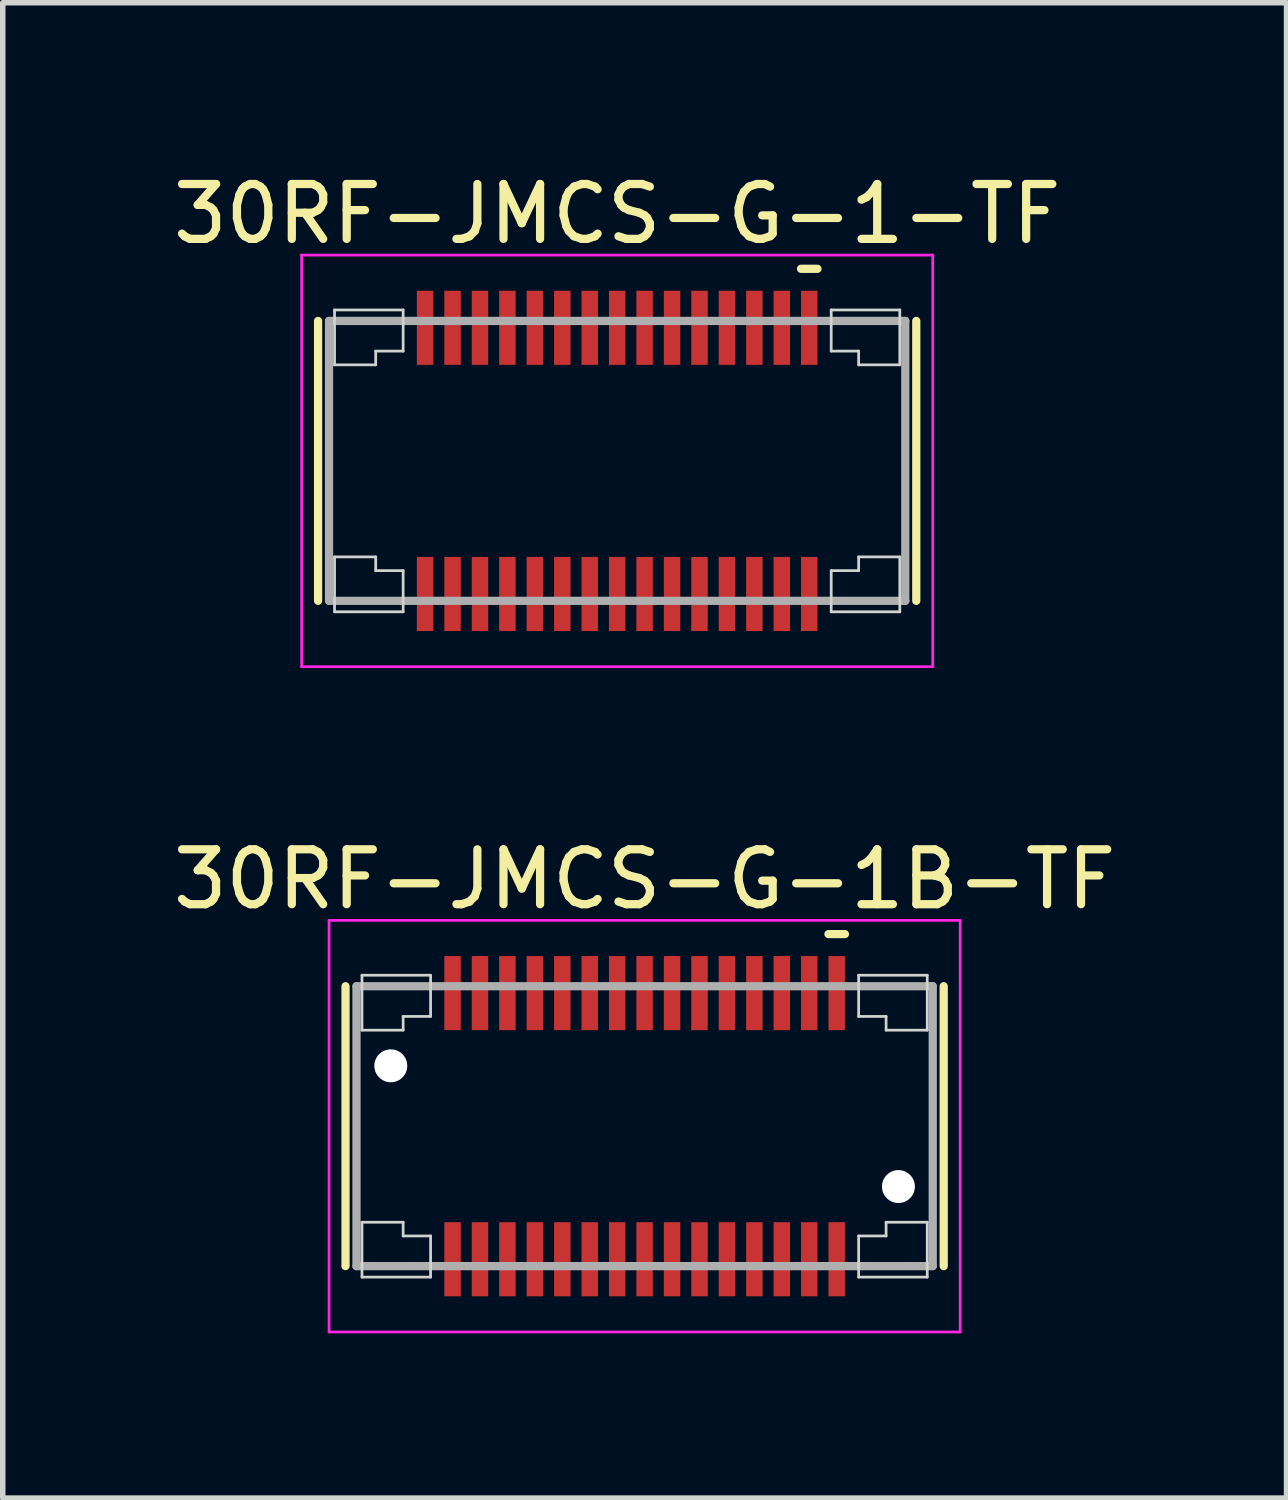
<source format=kicad_pcb>
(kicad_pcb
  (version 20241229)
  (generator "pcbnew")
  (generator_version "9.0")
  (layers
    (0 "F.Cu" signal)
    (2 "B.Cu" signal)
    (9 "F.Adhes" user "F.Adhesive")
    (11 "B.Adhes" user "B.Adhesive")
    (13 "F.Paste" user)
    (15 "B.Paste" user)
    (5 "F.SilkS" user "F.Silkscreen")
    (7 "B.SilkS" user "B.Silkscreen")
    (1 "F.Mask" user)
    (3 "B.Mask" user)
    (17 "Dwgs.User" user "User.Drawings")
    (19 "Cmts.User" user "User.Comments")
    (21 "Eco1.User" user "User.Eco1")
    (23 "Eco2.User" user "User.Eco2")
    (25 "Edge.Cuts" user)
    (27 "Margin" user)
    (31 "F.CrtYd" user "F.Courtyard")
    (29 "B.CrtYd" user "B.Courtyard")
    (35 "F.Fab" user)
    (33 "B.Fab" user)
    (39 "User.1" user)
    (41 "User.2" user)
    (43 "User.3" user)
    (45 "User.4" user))
  (footprint "30RF-JMCS-G-1B-TF"
    (layer "F.Cu")
    (at 8.696 17.471)
    (property "Reference" "30RF-JMCS-G-1B-TF" (at 0 -4.5 0) (layer "F.SilkS") (effects (font (size 1 1) (thickness 0.15))))
    (attr smd)
    (fp_line (start -5.45 -2.55) (end -5.45 2.55) (stroke (width 0.15) (type solid)) (layer "F.SilkS"))
    (fp_line (start 3.35 -3.5) (end 3.65 -3.5) (stroke (width 0.15) (type solid)) (layer "F.SilkS"))
    (fp_line (start 5.45 -2.55) (end 5.45 2.55) (stroke (width 0.15) (type solid)) (layer "F.SilkS"))
    (fp_line (start -5.15 -2.75) (end -5.15 -1.75) (stroke (width 0.05) (type solid)) (layer "Edge.Cuts"))
    (fp_line (start -5.15 -2.75) (end -3.9 -2.75) (stroke (width 0.05) (type solid)) (layer "Edge.Cuts"))
    (fp_line (start -5.15 -1.75) (end -4.4 -1.75) (stroke (width 0.05) (type solid)) (layer "Edge.Cuts"))
    (fp_line (start -5.15 1.75) (end -4.4 1.75) (stroke (width 0.05) (type solid)) (layer "Edge.Cuts"))
    (fp_line (start -5.15 2.75) (end -5.15 1.75) (stroke (width 0.05) (type solid)) (layer "Edge.Cuts"))
    (fp_line (start -5.15 2.75) (end -3.9 2.75) (stroke (width 0.05) (type solid)) (layer "Edge.Cuts"))
    (fp_line (start -4.4 -2) (end -4.4 -1.75) (stroke (width 0.05) (type solid)) (layer "Edge.Cuts"))
    (fp_line (start -4.4 -2) (end -3.9 -2) (stroke (width 0.05) (type solid)) (layer "Edge.Cuts"))
    (fp_line (start -4.4 2) (end -4.4 1.75) (stroke (width 0.05) (type solid)) (layer "Edge.Cuts"))
    (fp_line (start -4.4 2) (end -3.9 2) (stroke (width 0.05) (type solid)) (layer "Edge.Cuts"))
    (fp_line (start -3.9 -2.75) (end -3.9 -2) (stroke (width 0.05) (type solid)) (layer "Edge.Cuts"))
    (fp_line (start -3.9 2.75) (end -3.9 2) (stroke (width 0.05) (type solid)) (layer "Edge.Cuts"))
    (fp_line (start 3.9 -2.75) (end 3.9 -2) (stroke (width 0.05) (type solid)) (layer "Edge.Cuts"))
    (fp_line (start 3.9 2.75) (end 3.9 2) (stroke (width 0.05) (type solid)) (layer "Edge.Cuts"))
    (fp_line (start 4.4 -2) (end 3.9 -2) (stroke (width 0.05) (type solid)) (layer "Edge.Cuts"))
    (fp_line (start 4.4 -2) (end 4.4 -1.75) (stroke (width 0.05) (type solid)) (layer "Edge.Cuts"))
    (fp_line (start 4.4 2) (end 3.9 2) (stroke (width 0.05) (type solid)) (layer "Edge.Cuts"))
    (fp_line (start 4.4 2) (end 4.4 1.75) (stroke (width 0.05) (type solid)) (layer "Edge.Cuts"))
    (fp_line (start 5.15 -2.75) (end 3.9 -2.75) (stroke (width 0.05) (type solid)) (layer "Edge.Cuts"))
    (fp_line (start 5.15 -2.75) (end 5.15 -1.75) (stroke (width 0.05) (type solid)) (layer "Edge.Cuts"))
    (fp_line (start 5.15 -1.75) (end 4.4 -1.75) (stroke (width 0.05) (type solid)) (layer "Edge.Cuts"))
    (fp_line (start 5.15 1.75) (end 4.4 1.75) (stroke (width 0.05) (type solid)) (layer "Edge.Cuts"))
    (fp_line (start 5.15 2.75) (end 3.9 2.75) (stroke (width 0.05) (type solid)) (layer "Edge.Cuts"))
    (fp_line (start 5.15 2.75) (end 5.15 1.75) (stroke (width 0.05) (type solid)) (layer "Edge.Cuts"))
    (fp_line (start -5.75 -3.75) (end -5.75 3.75) (stroke (width 0.05) (type solid)) (layer "F.CrtYd"))
    (fp_line (start -5.75 -3.75) (end 5.75 -3.75) (stroke (width 0.05) (type solid)) (layer "F.CrtYd"))
    (fp_line (start -5.75 3.75) (end 5.75 3.75) (stroke (width 0.05) (type solid)) (layer "F.CrtYd"))
    (fp_line (start 5.75 -3.75) (end 5.75 3.75) (stroke (width 0.05) (type solid)) (layer "F.CrtYd"))
    (fp_line (start -5.25 -2.55) (end -5.25 2.55) (stroke (width 0.15) (type solid)) (layer "F.Fab"))
    (fp_line (start -5.25 -2.55) (end 5.25 -2.55) (stroke (width 0.15) (type solid)) (layer "F.Fab"))
    (fp_line (start -5.25 2.55) (end 5.25 2.55) (stroke (width 0.15) (type solid)) (layer "F.Fab"))
    (fp_line (start 5.25 -2.55) (end 5.25 2.55) (stroke (width 0.15) (type solid)) (layer "F.Fab"))
    (pad "" np_thru_hole circle (at -4.625 -1.1) (size 0.6 0.6) (drill 0.6) (layers "*.Cu" "*.Mask"))
    (pad "" np_thru_hole circle (at 4.625 1.1) (size 0.6 0.6) (drill 0.6) (layers "*.Cu" "*.Mask"))
    (pad "1" smd rect (at 3.5 -2.425) (size 0.3 1.35) (layers "F.Cu" "F.Mask" "F.Paste"))
    (pad "2" smd rect (at 3.5 2.425) (size 0.3 1.35) (layers "F.Cu" "F.Mask" "F.Paste"))
    (pad "3" smd rect (at 3 -2.425) (size 0.3 1.35) (layers "F.Cu" "F.Mask" "F.Paste"))
    (pad "4" smd rect (at 3 2.425) (size 0.3 1.35) (layers "F.Cu" "F.Mask" "F.Paste"))
    (pad "5" smd rect (at 2.5 -2.425) (size 0.3 1.35) (layers "F.Cu" "F.Mask" "F.Paste"))
    (pad "6" smd rect (at 2.5 2.425) (size 0.3 1.35) (layers "F.Cu" "F.Mask" "F.Paste"))
    (pad "7" smd rect (at 2 -2.425) (size 0.3 1.35) (layers "F.Cu" "F.Mask" "F.Paste"))
    (pad "8" smd rect (at 2 2.425) (size 0.3 1.35) (layers "F.Cu" "F.Mask" "F.Paste"))
    (pad "9" smd rect (at 1.5 -2.425) (size 0.3 1.35) (layers "F.Cu" "F.Mask" "F.Paste"))
    (pad "10" smd rect (at 1.5 2.425) (size 0.3 1.35) (layers "F.Cu" "F.Mask" "F.Paste"))
    (pad "11" smd rect (at 1 -2.425) (size 0.3 1.35) (layers "F.Cu" "F.Mask" "F.Paste"))
    (pad "12" smd rect (at 1 2.425) (size 0.3 1.35) (layers "F.Cu" "F.Mask" "F.Paste"))
    (pad "13" smd rect (at 0.5 -2.425) (size 0.3 1.35) (layers "F.Cu" "F.Mask" "F.Paste"))
    (pad "14" smd rect (at 0.5 2.425) (size 0.3 1.35) (layers "F.Cu" "F.Mask" "F.Paste"))
    (pad "15" smd rect (at 0 -2.425) (size 0.3 1.35) (layers "F.Cu" "F.Mask" "F.Paste"))
    (pad "16" smd rect (at 0 2.425) (size 0.3 1.35) (layers "F.Cu" "F.Mask" "F.Paste"))
    (pad "17" smd rect (at -0.5 -2.425) (size 0.3 1.35) (layers "F.Cu" "F.Mask" "F.Paste"))
    (pad "18" smd rect (at -0.5 2.425) (size 0.3 1.35) (layers "F.Cu" "F.Mask" "F.Paste"))
    (pad "19" smd rect (at -1 -2.425) (size 0.3 1.35) (layers "F.Cu" "F.Mask" "F.Paste"))
    (pad "20" smd rect (at -1 2.425) (size 0.3 1.35) (layers "F.Cu" "F.Mask" "F.Paste"))
    (pad "21" smd rect (at -1.5 -2.425) (size 0.3 1.35) (layers "F.Cu" "F.Mask" "F.Paste"))
    (pad "22" smd rect (at -1.5 2.425) (size 0.3 1.35) (layers "F.Cu" "F.Mask" "F.Paste"))
    (pad "23" smd rect (at -2 -2.425) (size 0.3 1.35) (layers "F.Cu" "F.Mask" "F.Paste"))
    (pad "24" smd rect (at -2 2.425) (size 0.3 1.35) (layers "F.Cu" "F.Mask" "F.Paste"))
    (pad "25" smd rect (at -2.5 -2.425) (size 0.3 1.35) (layers "F.Cu" "F.Mask" "F.Paste"))
    (pad "26" smd rect (at -2.5 2.425) (size 0.3 1.35) (layers "F.Cu" "F.Mask" "F.Paste"))
    (pad "27" smd rect (at -3 -2.425) (size 0.3 1.35) (layers "F.Cu" "F.Mask" "F.Paste"))
    (pad "28" smd rect (at -3 2.425) (size 0.3 1.35) (layers "F.Cu" "F.Mask" "F.Paste"))
    (pad "29" smd rect (at -3.5 -2.425) (size 0.3 1.35) (layers "F.Cu" "F.Mask" "F.Paste"))
    (pad "30" smd rect (at -3.5 2.425) (size 0.3 1.35) (layers "F.Cu" "F.Mask" "F.Paste")))
  (footprint "30RF-JMCS-G-1-TF"
    (layer "F.Cu")
    (at 8.196 5.348)
    (property "Reference" "30RF-JMCS-G-1-TF" (at 0 -4.5 0) (layer "F.SilkS") (effects (font (size 1 1) (thickness 0.15))))
    (attr smd)
    (fp_line (start -5.45 -2.55) (end -5.45 2.55) (stroke (width 0.15) (type solid)) (layer "F.SilkS"))
    (fp_line (start 3.35 -3.5) (end 3.65 -3.5) (stroke (width 0.15) (type solid)) (layer "F.SilkS"))
    (fp_line (start 5.45 -2.55) (end 5.45 2.55) (stroke (width 0.15) (type solid)) (layer "F.SilkS"))
    (fp_line (start -5.15 -2.75) (end -5.15 -1.75) (stroke (width 0.05) (type solid)) (layer "Edge.Cuts"))
    (fp_line (start -5.15 -2.75) (end -3.9 -2.75) (stroke (width 0.05) (type solid)) (layer "Edge.Cuts"))
    (fp_line (start -5.15 -1.75) (end -4.4 -1.75) (stroke (width 0.05) (type solid)) (layer "Edge.Cuts"))
    (fp_line (start -5.15 1.75) (end -4.4 1.75) (stroke (width 0.05) (type solid)) (layer "Edge.Cuts"))
    (fp_line (start -5.15 2.75) (end -5.15 1.75) (stroke (width 0.05) (type solid)) (layer "Edge.Cuts"))
    (fp_line (start -5.15 2.75) (end -3.9 2.75) (stroke (width 0.05) (type solid)) (layer "Edge.Cuts"))
    (fp_line (start -4.4 -2) (end -4.4 -1.75) (stroke (width 0.05) (type solid)) (layer "Edge.Cuts"))
    (fp_line (start -4.4 -2) (end -3.9 -2) (stroke (width 0.05) (type solid)) (layer "Edge.Cuts"))
    (fp_line (start -4.4 2) (end -4.4 1.75) (stroke (width 0.05) (type solid)) (layer "Edge.Cuts"))
    (fp_line (start -4.4 2) (end -3.9 2) (stroke (width 0.05) (type solid)) (layer "Edge.Cuts"))
    (fp_line (start -3.9 -2.75) (end -3.9 -2) (stroke (width 0.05) (type solid)) (layer "Edge.Cuts"))
    (fp_line (start -3.9 2.75) (end -3.9 2) (stroke (width 0.05) (type solid)) (layer "Edge.Cuts"))
    (fp_line (start 3.9 -2.75) (end 3.9 -2) (stroke (width 0.05) (type solid)) (layer "Edge.Cuts"))
    (fp_line (start 3.9 2.75) (end 3.9 2) (stroke (width 0.05) (type solid)) (layer "Edge.Cuts"))
    (fp_line (start 4.4 -2) (end 3.9 -2) (stroke (width 0.05) (type solid)) (layer "Edge.Cuts"))
    (fp_line (start 4.4 -2) (end 4.4 -1.75) (stroke (width 0.05) (type solid)) (layer "Edge.Cuts"))
    (fp_line (start 4.4 2) (end 3.9 2) (stroke (width 0.05) (type solid)) (layer "Edge.Cuts"))
    (fp_line (start 4.4 2) (end 4.4 1.75) (stroke (width 0.05) (type solid)) (layer "Edge.Cuts"))
    (fp_line (start 5.15 -2.75) (end 3.9 -2.75) (stroke (width 0.05) (type solid)) (layer "Edge.Cuts"))
    (fp_line (start 5.15 -2.75) (end 5.15 -1.75) (stroke (width 0.05) (type solid)) (layer "Edge.Cuts"))
    (fp_line (start 5.15 -1.75) (end 4.4 -1.75) (stroke (width 0.05) (type solid)) (layer "Edge.Cuts"))
    (fp_line (start 5.15 1.75) (end 4.4 1.75) (stroke (width 0.05) (type solid)) (layer "Edge.Cuts"))
    (fp_line (start 5.15 2.75) (end 3.9 2.75) (stroke (width 0.05) (type solid)) (layer "Edge.Cuts"))
    (fp_line (start 5.15 2.75) (end 5.15 1.75) (stroke (width 0.05) (type solid)) (layer "Edge.Cuts"))
    (fp_line (start -5.75 -3.75) (end -5.75 3.75) (stroke (width 0.05) (type solid)) (layer "F.CrtYd"))
    (fp_line (start -5.75 -3.75) (end 5.75 -3.75) (stroke (width 0.05) (type solid)) (layer "F.CrtYd"))
    (fp_line (start -5.75 3.75) (end 5.75 3.75) (stroke (width 0.05) (type solid)) (layer "F.CrtYd"))
    (fp_line (start 5.75 -3.75) (end 5.75 3.75) (stroke (width 0.05) (type solid)) (layer "F.CrtYd"))
    (fp_line (start -5.25 -2.55) (end -5.25 2.55) (stroke (width 0.15) (type solid)) (layer "F.Fab"))
    (fp_line (start -5.25 -2.55) (end 5.25 -2.55) (stroke (width 0.15) (type solid)) (layer "F.Fab"))
    (fp_line (start -5.25 2.55) (end 5.25 2.55) (stroke (width 0.15) (type solid)) (layer "F.Fab"))
    (fp_line (start 5.25 -2.55) (end 5.25 2.55) (stroke (width 0.15) (type solid)) (layer "F.Fab"))
    (pad "1" smd rect (at 3.5 -2.425) (size 0.3 1.35) (layers "F.Cu" "F.Mask" "F.Paste"))
    (pad "2" smd rect (at 3.5 2.425) (size 0.3 1.35) (layers "F.Cu" "F.Mask" "F.Paste"))
    (pad "3" smd rect (at 3 -2.425) (size 0.3 1.35) (layers "F.Cu" "F.Mask" "F.Paste"))
    (pad "4" smd rect (at 3 2.425) (size 0.3 1.35) (layers "F.Cu" "F.Mask" "F.Paste"))
    (pad "5" smd rect (at 2.5 -2.425) (size 0.3 1.35) (layers "F.Cu" "F.Mask" "F.Paste"))
    (pad "6" smd rect (at 2.5 2.425) (size 0.3 1.35) (layers "F.Cu" "F.Mask" "F.Paste"))
    (pad "7" smd rect (at 2 -2.425) (size 0.3 1.35) (layers "F.Cu" "F.Mask" "F.Paste"))
    (pad "8" smd rect (at 2 2.425) (size 0.3 1.35) (layers "F.Cu" "F.Mask" "F.Paste"))
    (pad "9" smd rect (at 1.5 -2.425) (size 0.3 1.35) (layers "F.Cu" "F.Mask" "F.Paste"))
    (pad "10" smd rect (at 1.5 2.425) (size 0.3 1.35) (layers "F.Cu" "F.Mask" "F.Paste"))
    (pad "11" smd rect (at 1 -2.425) (size 0.3 1.35) (layers "F.Cu" "F.Mask" "F.Paste"))
    (pad "12" smd rect (at 1 2.425) (size 0.3 1.35) (layers "F.Cu" "F.Mask" "F.Paste"))
    (pad "13" smd rect (at 0.5 -2.425) (size 0.3 1.35) (layers "F.Cu" "F.Mask" "F.Paste"))
    (pad "14" smd rect (at 0.5 2.425) (size 0.3 1.35) (layers "F.Cu" "F.Mask" "F.Paste"))
    (pad "15" smd rect (at 0 -2.425) (size 0.3 1.35) (layers "F.Cu" "F.Mask" "F.Paste"))
    (pad "16" smd rect (at 0 2.425) (size 0.3 1.35) (layers "F.Cu" "F.Mask" "F.Paste"))
    (pad "17" smd rect (at -0.5 -2.425) (size 0.3 1.35) (layers "F.Cu" "F.Mask" "F.Paste"))
    (pad "18" smd rect (at -0.5 2.425) (size 0.3 1.35) (layers "F.Cu" "F.Mask" "F.Paste"))
    (pad "19" smd rect (at -1 -2.425) (size 0.3 1.35) (layers "F.Cu" "F.Mask" "F.Paste"))
    (pad "20" smd rect (at -1 2.425) (size 0.3 1.35) (layers "F.Cu" "F.Mask" "F.Paste"))
    (pad "21" smd rect (at -1.5 -2.425) (size 0.3 1.35) (layers "F.Cu" "F.Mask" "F.Paste"))
    (pad "22" smd rect (at -1.5 2.425) (size 0.3 1.35) (layers "F.Cu" "F.Mask" "F.Paste"))
    (pad "23" smd rect (at -2 -2.425) (size 0.3 1.35) (layers "F.Cu" "F.Mask" "F.Paste"))
    (pad "24" smd rect (at -2 2.425) (size 0.3 1.35) (layers "F.Cu" "F.Mask" "F.Paste"))
    (pad "25" smd rect (at -2.5 -2.425) (size 0.3 1.35) (layers "F.Cu" "F.Mask" "F.Paste"))
    (pad "26" smd rect (at -2.5 2.425) (size 0.3 1.35) (layers "F.Cu" "F.Mask" "F.Paste"))
    (pad "27" smd rect (at -3 -2.425) (size 0.3 1.35) (layers "F.Cu" "F.Mask" "F.Paste"))
    (pad "28" smd rect (at -3 2.425) (size 0.3 1.35) (layers "F.Cu" "F.Mask" "F.Paste"))
    (pad "29" smd rect (at -3.5 -2.425) (size 0.3 1.35) (layers "F.Cu" "F.Mask" "F.Paste"))
    (pad "30" smd rect (at -3.5 2.425) (size 0.3 1.35) (layers "F.Cu" "F.Mask" "F.Paste")))
  (gr_rect
    (start -3 -3)
    (end 20.393 24.247)
    (stroke (width 0.1) (type default))
    (fill no)
    (layer "Edge.Cuts")))
</source>
